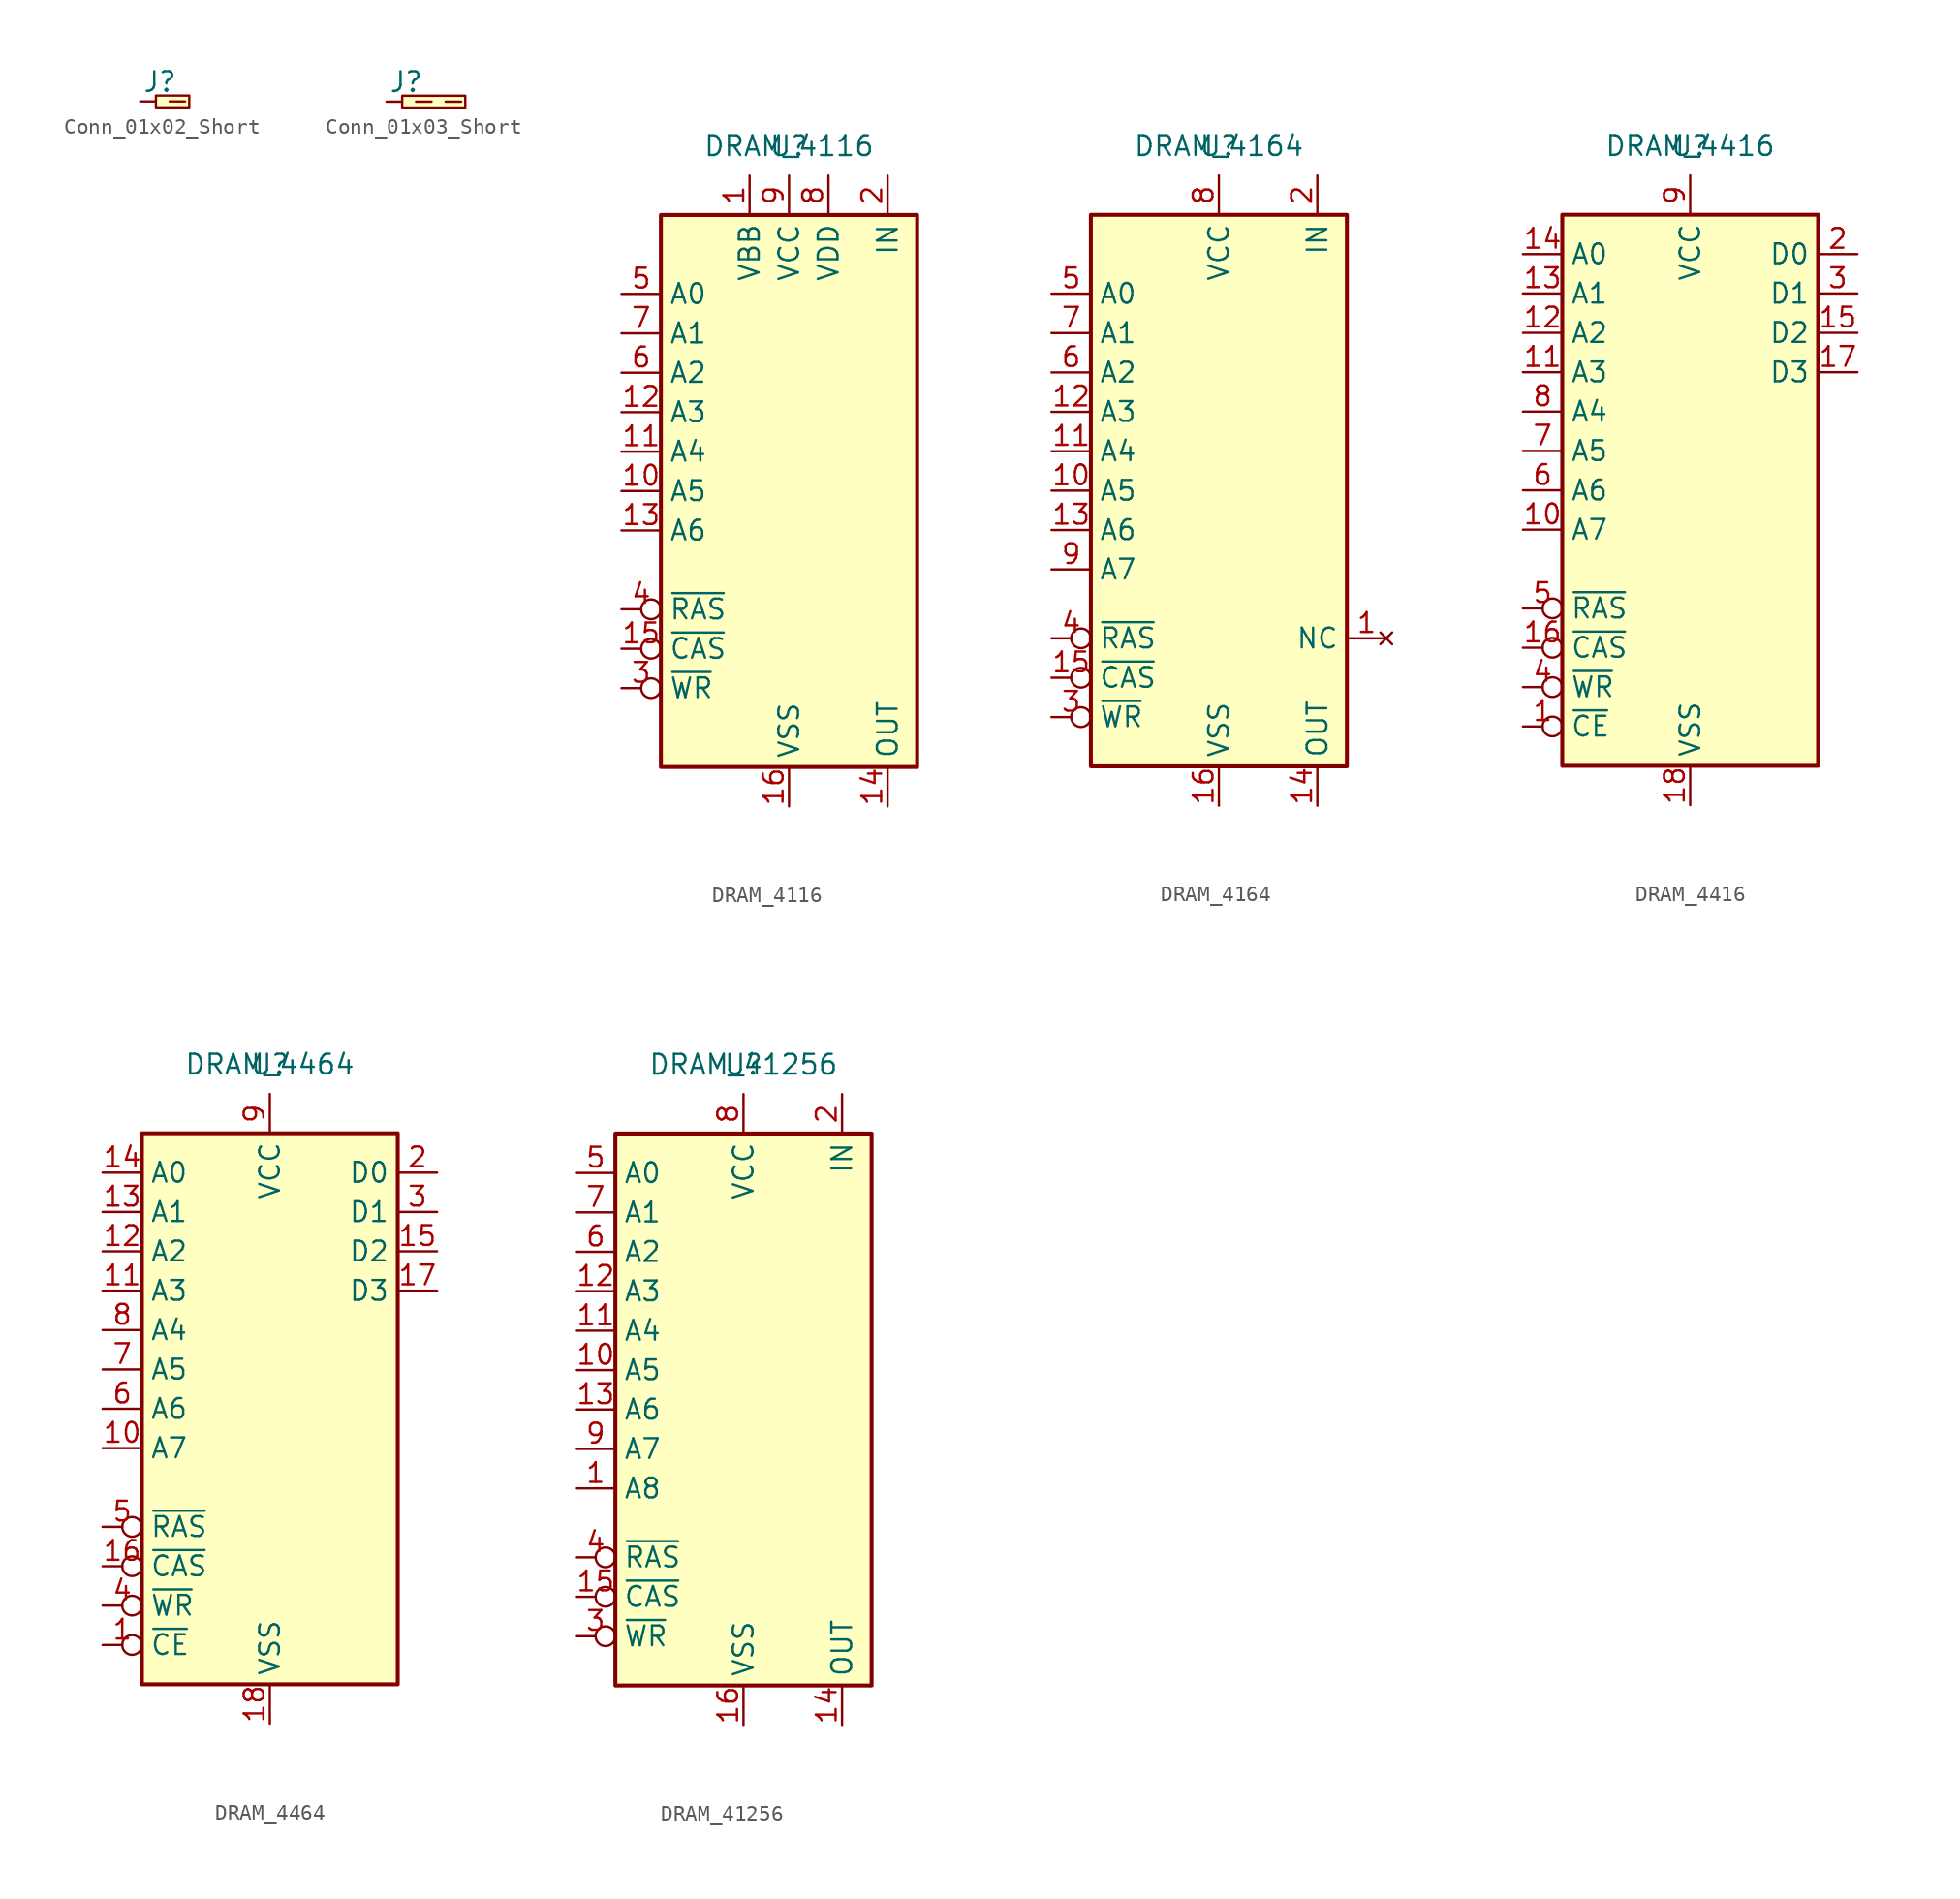
<source format=kicad_sym>
(kicad_symbol_lib
  (version 20241209)
  (generator "kicad_symbol_editor")
  (generator_version "9.0")
  (symbol "Conn_01x02_Short"
    (pin_numbers
      (hide yes))
    (pin_names
      (hide yes))
    (property "Reference" "J"
      (at 1.27 1.27 0)
      (effects (font (size 1.27 1.27))))
    (property "Value" ""
      (at 0 0 0)
      (effects (font (size 1.27 1.27))))
    (symbol "Conn_01x02_Short_1_0"
      (pin passive line (at 0 0 0) (length 1) (name "~" (effects (font (size 1.27 1.27)))) (number "1" (effects (font (size 1.27 1.27)))))
      (pin passive line (at 1.905 0 0) (length 1) (name "~" (effects (font (size 1.27 1.27)))) (number "2" (effects (font (size 1.27 1.27))))))
    (symbol "Conn_01x02_Short_1_1"
      (rectangle (start 1.016 0.381) (end 3.175 -0.381) (stroke (width 0) (type default)) (fill (type background)))))
  (symbol "Conn_01x03_Short"
    (pin_numbers
      (hide yes))
    (pin_names
      (hide yes))
    (property "Reference" "J"
      (at 1.27 1.27 0)
      (effects (font (size 1.27 1.27))))
    (property "Value" ""
      (at 0 0 0)
      (effects (font (size 1.27 1.27))))
    (symbol "Conn_01x03_Short_1_0"
      (pin passive line (at 0 0 0) (length 1) (name "~" (effects (font (size 1.27 1.27)))) (number "1" (effects (font (size 1.27 1.27)))))
      (pin passive line (at 1.905 0 0) (length 1) (name "~" (effects (font (size 1.27 1.27)))) (number "2" (effects (font (size 1.27 1.27)))))
      (pin passive line (at 3.81 0 0) (length 1) (name "~" (effects (font (size 1.27 1.27)))) (number "3" (effects (font (size 1.27 1.27))))))
    (symbol "Conn_01x03_Short_1_1"
      (rectangle (start 1.016 0.381) (end 5.08 -0.381) (stroke (width 0) (type default)) (fill (type background)))))
  (symbol "DRAM_4116"
    (property "Reference" "U"
      (at 0 0 0)
      (effects (font (size 1.27 1.27))))
    (property "Value" "DRAM_4116"
      (at 0 0 0)
      (effects (font (size 1.27 1.27))))
    (symbol "DRAM_4116_1_1"
      (rectangle (start -8.255 -4.445) (end 8.255 -40.005) (stroke (width 0.254) (type default)) (fill (type background)))
      (pin input line (at -10.795 -9.525 0) (length 2.54) (name "A0" (effects (font (size 1.27 1.27)))) (number "5" (effects (font (size 1.27 1.27)))))
      (pin input line (at -10.795 -12.065 0) (length 2.54) (name "A1" (effects (font (size 1.27 1.27)))) (number "7" (effects (font (size 1.27 1.27)))))
      (pin input line (at -10.795 -14.605 0) (length 2.54) (name "A2" (effects (font (size 1.27 1.27)))) (number "6" (effects (font (size 1.27 1.27)))))
      (pin input line (at -10.795 -17.145 0) (length 2.54) (name "A3" (effects (font (size 1.27 1.27)))) (number "12" (effects (font (size 1.27 1.27)))))
      (pin input line (at -10.795 -19.685 0) (length 2.54) (name "A4" (effects (font (size 1.27 1.27)))) (number "11" (effects (font (size 1.27 1.27)))))
      (pin input line (at -10.795 -22.225 0) (length 2.54) (name "A5" (effects (font (size 1.27 1.27)))) (number "10" (effects (font (size 1.27 1.27)))))
      (pin input line (at -10.795 -24.765 0) (length 2.54) (name "A6" (effects (font (size 1.27 1.27)))) (number "13" (effects (font (size 1.27 1.27)))))
      (pin input inverted (at -10.795 -29.845 0) (length 2.54) (name "~{RAS}" (effects (font (size 1.27 1.27)))) (number "4" (effects (font (size 1.27 1.27)))))
      (pin input inverted (at -10.795 -32.385 0) (length 2.54) (name "~{CAS}" (effects (font (size 1.27 1.27)))) (number "15" (effects (font (size 1.27 1.27)))))
      (pin input inverted (at -10.795 -34.925 0) (length 2.54) (name "~{WR}" (effects (font (size 1.27 1.27)))) (number "3" (effects (font (size 1.27 1.27)))))
      (pin power_in line (at -2.54 -1.905 270) (length 2.54) (name "VBB" (effects (font (size 1.27 1.27)))) (number "1" (effects (font (size 1.27 1.27)))))
      (pin power_in line (at 0 -1.905 270) (length 2.54) (name "VCC" (effects (font (size 1.27 1.27)))) (number "9" (effects (font (size 1.27 1.27)))))
      (pin power_in line (at 0 -42.545 90) (length 2.54) (name "VSS" (effects (font (size 1.27 1.27)))) (number "16" (effects (font (size 1.27 1.27)))))
      (pin power_in line (at 2.54 -1.905 270) (length 2.54) (name "VDD" (effects (font (size 1.27 1.27)))) (number "8" (effects (font (size 1.27 1.27)))))
      (pin input line (at 6.35 -1.905 270) (length 2.54) (name "IN" (effects (font (size 1.27 1.27)))) (number "2" (effects (font (size 1.27 1.27)))))
      (pin tri_state line (at 6.35 -42.545 90) (length 2.54) (name "OUT" (effects (font (size 1.27 1.27)))) (number "14" (effects (font (size 1.27 1.27)))))))
  (symbol "DRAM_4164"
    (property "Reference" "U"
      (at 0 0 0)
      (effects (font (size 1.27 1.27))))
    (property "Value" "DRAM_4164"
      (at 0 0 0)
      (effects (font (size 1.27 1.27))))
    (symbol "DRAM_4164_1_1"
      (rectangle (start -8.255 -4.445) (end 8.255 -40.005) (stroke (width 0.254) (type default)) (fill (type background)))
      (pin input line (at -10.795 -9.525 0) (length 2.54) (name "A0" (effects (font (size 1.27 1.27)))) (number "5" (effects (font (size 1.27 1.27)))))
      (pin input line (at -10.795 -12.065 0) (length 2.54) (name "A1" (effects (font (size 1.27 1.27)))) (number "7" (effects (font (size 1.27 1.27)))))
      (pin input line (at -10.795 -14.605 0) (length 2.54) (name "A2" (effects (font (size 1.27 1.27)))) (number "6" (effects (font (size 1.27 1.27)))))
      (pin input line (at -10.795 -17.145 0) (length 2.54) (name "A3" (effects (font (size 1.27 1.27)))) (number "12" (effects (font (size 1.27 1.27)))))
      (pin input line (at -10.795 -19.685 0) (length 2.54) (name "A4" (effects (font (size 1.27 1.27)))) (number "11" (effects (font (size 1.27 1.27)))))
      (pin input line (at -10.795 -22.225 0) (length 2.54) (name "A5" (effects (font (size 1.27 1.27)))) (number "10" (effects (font (size 1.27 1.27)))))
      (pin input line (at -10.795 -24.765 0) (length 2.54) (name "A6" (effects (font (size 1.27 1.27)))) (number "13" (effects (font (size 1.27 1.27)))))
      (pin input line (at -10.795 -27.305 0) (length 2.54) (name "A7" (effects (font (size 1.27 1.27)))) (number "9" (effects (font (size 1.27 1.27)))))
      (pin input inverted (at -10.795 -31.75 0) (length 2.54) (name "~{RAS}" (effects (font (size 1.27 1.27)))) (number "4" (effects (font (size 1.27 1.27)))))
      (pin input inverted (at -10.795 -34.29 0) (length 2.54) (name "~{CAS}" (effects (font (size 1.27 1.27)))) (number "15" (effects (font (size 1.27 1.27)))))
      (pin input inverted (at -10.795 -36.83 0) (length 2.54) (name "~{WR}" (effects (font (size 1.27 1.27)))) (number "3" (effects (font (size 1.27 1.27)))))
      (pin power_in line (at 0 -1.905 270) (length 2.54) (name "VCC" (effects (font (size 1.27 1.27)))) (number "8" (effects (font (size 1.27 1.27)))))
      (pin power_in line (at 0 -42.545 90) (length 2.54) (name "VSS" (effects (font (size 1.27 1.27)))) (number "16" (effects (font (size 1.27 1.27)))))
      (pin input line (at 6.35 -1.905 270) (length 2.54) (name "IN" (effects (font (size 1.27 1.27)))) (number "2" (effects (font (size 1.27 1.27)))))
      (pin tri_state line (at 6.35 -42.545 90) (length 2.54) (name "OUT" (effects (font (size 1.27 1.27)))) (number "14" (effects (font (size 1.27 1.27)))))
      (pin no_connect line (at 10.795 -31.75 180) (length 2.54) (name "NC" (effects (font (size 1.27 1.27)))) (number "1" (effects (font (size 1.27 1.27)))))))
  (symbol "DRAM_4416"
    (property "Reference" "U"
      (at 0 0 0)
      (effects (font (size 1.27 1.27))))
    (property "Value" "DRAM_4416"
      (at 0 0 0)
      (effects (font (size 1.27 1.27))))
    (symbol "DRAM_4416_1_1"
      (rectangle (start -8.255 -4.445) (end 8.255 -40.005) (stroke (width 0.254) (type default)) (fill (type background)))
      (pin input line (at -10.795 -6.985 0) (length 2.54) (name "A0" (effects (font (size 1.27 1.27)))) (number "14" (effects (font (size 1.27 1.27)))))
      (pin input line (at -10.795 -9.525 0) (length 2.54) (name "A1" (effects (font (size 1.27 1.27)))) (number "13" (effects (font (size 1.27 1.27)))))
      (pin input line (at -10.795 -12.065 0) (length 2.54) (name "A2" (effects (font (size 1.27 1.27)))) (number "12" (effects (font (size 1.27 1.27)))))
      (pin input line (at -10.795 -14.605 0) (length 2.54) (name "A3" (effects (font (size 1.27 1.27)))) (number "11" (effects (font (size 1.27 1.27)))))
      (pin input line (at -10.795 -17.145 0) (length 2.54) (name "A4" (effects (font (size 1.27 1.27)))) (number "8" (effects (font (size 1.27 1.27)))))
      (pin input line (at -10.795 -19.685 0) (length 2.54) (name "A5" (effects (font (size 1.27 1.27)))) (number "7" (effects (font (size 1.27 1.27)))))
      (pin input line (at -10.795 -22.225 0) (length 2.54) (name "A6" (effects (font (size 1.27 1.27)))) (number "6" (effects (font (size 1.27 1.27)))))
      (pin input line (at -10.795 -24.765 0) (length 2.54) (name "A7" (effects (font (size 1.27 1.27)))) (number "10" (effects (font (size 1.27 1.27)))))
      (pin input inverted (at -10.795 -29.845 0) (length 2.54) (name "~{RAS}" (effects (font (size 1.27 1.27)))) (number "5" (effects (font (size 1.27 1.27)))))
      (pin input inverted (at -10.795 -32.385 0) (length 2.54) (name "~{CAS}" (effects (font (size 1.27 1.27)))) (number "16" (effects (font (size 1.27 1.27)))))
      (pin input inverted (at -10.795 -34.925 0) (length 2.54) (name "~{WR}" (effects (font (size 1.27 1.27)))) (number "4" (effects (font (size 1.27 1.27)))))
      (pin input inverted (at -10.795 -37.465 0) (length 2.54) (name "~{CE}" (effects (font (size 1.27 1.27)))) (number "1" (effects (font (size 1.27 1.27)))))
      (pin power_in line (at 0 -1.905 270) (length 2.54) (name "VCC" (effects (font (size 1.27 1.27)))) (number "9" (effects (font (size 1.27 1.27)))))
      (pin power_in line (at 0 -42.545 90) (length 2.54) (name "VSS" (effects (font (size 1.27 1.27)))) (number "18" (effects (font (size 1.27 1.27)))))
      (pin tri_state line (at 10.795 -6.985 180) (length 2.54) (name "D0" (effects (font (size 1.27 1.27)))) (number "2" (effects (font (size 1.27 1.27)))))
      (pin tri_state line (at 10.795 -9.525 180) (length 2.54) (name "D1" (effects (font (size 1.27 1.27)))) (number "3" (effects (font (size 1.27 1.27)))))
      (pin tri_state line (at 10.795 -12.065 180) (length 2.54) (name "D2" (effects (font (size 1.27 1.27)))) (number "15" (effects (font (size 1.27 1.27)))))
      (pin tri_state line (at 10.795 -14.605 180) (length 2.54) (name "D3" (effects (font (size 1.27 1.27)))) (number "17" (effects (font (size 1.27 1.27)))))))
  (symbol "DRAM_4464"
    (property "Reference" "U"
      (at 0 0 0)
      (effects (font (size 1.27 1.27))))
    (property "Value" "DRAM_4464"
      (at 0 0 0)
      (effects (font (size 1.27 1.27))))
    (symbol "DRAM_4464_1_1"
      (rectangle (start -8.255 -4.445) (end 8.255 -40.005) (stroke (width 0.254) (type default)) (fill (type background)))
      (pin input line (at -10.795 -6.985 0) (length 2.54) (name "A0" (effects (font (size 1.27 1.27)))) (number "14" (effects (font (size 1.27 1.27)))))
      (pin input line (at -10.795 -9.525 0) (length 2.54) (name "A1" (effects (font (size 1.27 1.27)))) (number "13" (effects (font (size 1.27 1.27)))))
      (pin input line (at -10.795 -12.065 0) (length 2.54) (name "A2" (effects (font (size 1.27 1.27)))) (number "12" (effects (font (size 1.27 1.27)))))
      (pin input line (at -10.795 -14.605 0) (length 2.54) (name "A3" (effects (font (size 1.27 1.27)))) (number "11" (effects (font (size 1.27 1.27)))))
      (pin input line (at -10.795 -17.145 0) (length 2.54) (name "A4" (effects (font (size 1.27 1.27)))) (number "8" (effects (font (size 1.27 1.27)))))
      (pin input line (at -10.795 -19.685 0) (length 2.54) (name "A5" (effects (font (size 1.27 1.27)))) (number "7" (effects (font (size 1.27 1.27)))))
      (pin input line (at -10.795 -22.225 0) (length 2.54) (name "A6" (effects (font (size 1.27 1.27)))) (number "6" (effects (font (size 1.27 1.27)))))
      (pin input line (at -10.795 -24.765 0) (length 2.54) (name "A7" (effects (font (size 1.27 1.27)))) (number "10" (effects (font (size 1.27 1.27)))))
      (pin input inverted (at -10.795 -29.845 0) (length 2.54) (name "~{RAS}" (effects (font (size 1.27 1.27)))) (number "5" (effects (font (size 1.27 1.27)))))
      (pin input inverted (at -10.795 -32.385 0) (length 2.54) (name "~{CAS}" (effects (font (size 1.27 1.27)))) (number "16" (effects (font (size 1.27 1.27)))))
      (pin input inverted (at -10.795 -34.925 0) (length 2.54) (name "~{WR}" (effects (font (size 1.27 1.27)))) (number "4" (effects (font (size 1.27 1.27)))))
      (pin input inverted (at -10.795 -37.465 0) (length 2.54) (name "~{CE}" (effects (font (size 1.27 1.27)))) (number "1" (effects (font (size 1.27 1.27)))))
      (pin power_in line (at 0 -1.905 270) (length 2.54) (name "VCC" (effects (font (size 1.27 1.27)))) (number "9" (effects (font (size 1.27 1.27)))))
      (pin power_in line (at 0 -42.545 90) (length 2.54) (name "VSS" (effects (font (size 1.27 1.27)))) (number "18" (effects (font (size 1.27 1.27)))))
      (pin tri_state line (at 10.795 -6.985 180) (length 2.54) (name "D0" (effects (font (size 1.27 1.27)))) (number "2" (effects (font (size 1.27 1.27)))))
      (pin tri_state line (at 10.795 -9.525 180) (length 2.54) (name "D1" (effects (font (size 1.27 1.27)))) (number "3" (effects (font (size 1.27 1.27)))))
      (pin tri_state line (at 10.795 -12.065 180) (length 2.54) (name "D2" (effects (font (size 1.27 1.27)))) (number "15" (effects (font (size 1.27 1.27)))))
      (pin tri_state line (at 10.795 -14.605 180) (length 2.54) (name "D3" (effects (font (size 1.27 1.27)))) (number "17" (effects (font (size 1.27 1.27)))))))
  (symbol "DRAM_41256"
    (property "Reference" "U"
      (at 0 0 0)
      (effects (font (size 1.27 1.27))))
    (property "Value" "DRAM_41256"
      (at 0 0 0)
      (effects (font (size 1.27 1.27))))
    (symbol "DRAM_41256_1_1"
      (rectangle (start -8.255 -4.445) (end 8.255 -40.005) (stroke (width 0.254) (type default)) (fill (type background)))
      (pin input line (at -10.795 -6.985 0) (length 2.54) (name "A0" (effects (font (size 1.27 1.27)))) (number "5" (effects (font (size 1.27 1.27)))))
      (pin input line (at -10.795 -9.525 0) (length 2.54) (name "A1" (effects (font (size 1.27 1.27)))) (number "7" (effects (font (size 1.27 1.27)))))
      (pin input line (at -10.795 -12.065 0) (length 2.54) (name "A2" (effects (font (size 1.27 1.27)))) (number "6" (effects (font (size 1.27 1.27)))))
      (pin input line (at -10.795 -14.605 0) (length 2.54) (name "A3" (effects (font (size 1.27 1.27)))) (number "12" (effects (font (size 1.27 1.27)))))
      (pin input line (at -10.795 -17.145 0) (length 2.54) (name "A4" (effects (font (size 1.27 1.27)))) (number "11" (effects (font (size 1.27 1.27)))))
      (pin input line (at -10.795 -19.685 0) (length 2.54) (name "A5" (effects (font (size 1.27 1.27)))) (number "10" (effects (font (size 1.27 1.27)))))
      (pin input line (at -10.795 -22.225 0) (length 2.54) (name "A6" (effects (font (size 1.27 1.27)))) (number "13" (effects (font (size 1.27 1.27)))))
      (pin input line (at -10.795 -24.765 0) (length 2.54) (name "A7" (effects (font (size 1.27 1.27)))) (number "9" (effects (font (size 1.27 1.27)))))
      (pin input line (at -10.795 -27.305 0) (length 2.54) (name "A8" (effects (font (size 1.27 1.27)))) (number "1" (effects (font (size 1.27 1.27)))))
      (pin input inverted (at -10.795 -31.75 0) (length 2.54) (name "~{RAS}" (effects (font (size 1.27 1.27)))) (number "4" (effects (font (size 1.27 1.27)))))
      (pin input inverted (at -10.795 -34.29 0) (length 2.54) (name "~{CAS}" (effects (font (size 1.27 1.27)))) (number "15" (effects (font (size 1.27 1.27)))))
      (pin input inverted (at -10.795 -36.83 0) (length 2.54) (name "~{WR}" (effects (font (size 1.27 1.27)))) (number "3" (effects (font (size 1.27 1.27)))))
      (pin power_in line (at 0 -1.905 270) (length 2.54) (name "VCC" (effects (font (size 1.27 1.27)))) (number "8" (effects (font (size 1.27 1.27)))))
      (pin power_in line (at 0 -42.545 90) (length 2.54) (name "VSS" (effects (font (size 1.27 1.27)))) (number "16" (effects (font (size 1.27 1.27)))))
      (pin input line (at 6.35 -1.905 270) (length 2.54) (name "IN" (effects (font (size 1.27 1.27)))) (number "2" (effects (font (size 1.27 1.27)))))
      (pin output line (at 6.35 -42.545 90) (length 2.54) (name "OUT" (effects (font (size 1.27 1.27)))) (number "14" (effects (font (size 1.27 1.27))))))))
</source>
